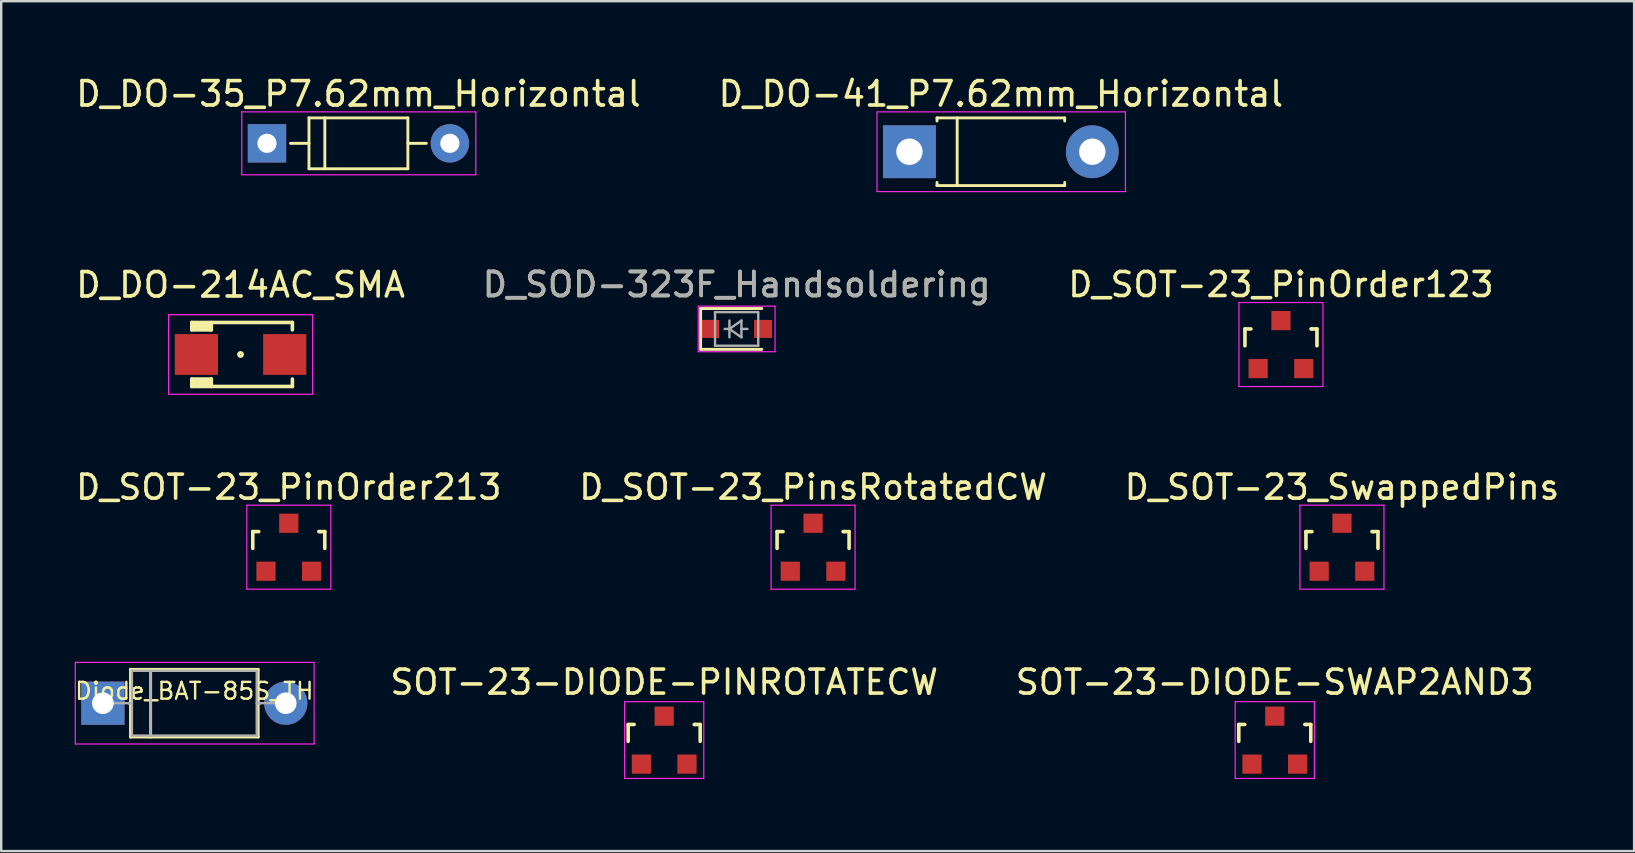
<source format=kicad_pcb>
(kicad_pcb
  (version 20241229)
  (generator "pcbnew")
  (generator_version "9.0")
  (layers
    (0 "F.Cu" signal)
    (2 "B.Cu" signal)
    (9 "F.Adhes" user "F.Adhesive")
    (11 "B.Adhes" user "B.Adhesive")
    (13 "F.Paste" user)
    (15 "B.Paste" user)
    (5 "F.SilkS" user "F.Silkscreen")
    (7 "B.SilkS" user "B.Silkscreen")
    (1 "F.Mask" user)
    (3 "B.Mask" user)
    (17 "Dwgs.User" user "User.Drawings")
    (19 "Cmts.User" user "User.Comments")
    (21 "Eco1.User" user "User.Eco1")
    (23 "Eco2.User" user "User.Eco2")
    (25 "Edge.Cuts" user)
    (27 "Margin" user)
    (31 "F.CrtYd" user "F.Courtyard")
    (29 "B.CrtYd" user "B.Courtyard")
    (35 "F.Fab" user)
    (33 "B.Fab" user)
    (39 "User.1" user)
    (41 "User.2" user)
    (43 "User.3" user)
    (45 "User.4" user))
  (footprint "D_SOT-23_PinsRotatedCW"
    (layer "F.Cu")
    (at 30.827 19.749)
    (property "Reference" "D_SOT-23_PinsRotatedCW" (at 0 -2.5 0) (layer "F.SilkS") (effects (font (size 1 1) (thickness 0.15))))
    (attr smd)
    (fp_line (start -1.5 -0.65) (end -1.251 -0.65) (stroke (width 0.15) (type solid)) (layer "F.SilkS"))
    (fp_line (start -1.5 0.051) (end -1.5 -0.65) (stroke (width 0.15) (type solid)) (layer "F.SilkS"))
    (fp_line (start 1.299 -0.65) (end 1.251 -0.65) (stroke (width 0.15) (type solid)) (layer "F.SilkS"))
    (fp_line (start 1.299 -0.65) (end 1.5 -0.65) (stroke (width 0.15) (type solid)) (layer "F.SilkS"))
    (fp_line (start 1.5 -0.65) (end 1.5 0.051) (stroke (width 0.15) (type solid)) (layer "F.SilkS"))
    (fp_line (start -1.75 -1.75) (end 1.75 -1.75) (stroke (width 0.05) (type solid)) (layer "F.CrtYd"))
    (fp_line (start -1.75 1.75) (end -1.75 -1.75) (stroke (width 0.05) (type solid)) (layer "F.CrtYd"))
    (fp_line (start 1.75 -1.75) (end 1.75 1.75) (stroke (width 0.05) (type solid)) (layer "F.CrtYd"))
    (fp_line (start 1.75 1.75) (end -1.75 1.75) (stroke (width 0.05) (type solid)) (layer "F.CrtYd"))
    (pad "1" smd rect (at 0 -0.998) (size 0.8 0.8) (layers "F.Cu" "F.Mask" "F.Paste"))
    (pad "2" smd rect (at -0.95 1.001) (size 0.8 0.8) (layers "F.Cu" "F.Mask" "F.Paste"))
    (pad "3" smd rect (at 0.95 1.001) (size 0.8 0.8) (layers "F.Cu" "F.Mask" "F.Paste")))
  (footprint "D_DO-214AC_SMA"
    (layer "F.Cu")
    (at 6.973 11.719)
    (property "Reference" "D_DO-214AC_SMA" (at 0 -2.9 0) (layer "F.SilkS") (effects (font (size 1.016 1.016) (thickness 0.152))))
    (attr smd)
    (fp_line (start -2.032 -1.333) (end -2.032 -1.024) (stroke (width 0.15) (type solid)) (layer "F.SilkS"))
    (fp_line (start -2.032 -1.333) (end 2.159 -1.333) (stroke (width 0.15) (type solid)) (layer "F.SilkS"))
    (fp_line (start -2.032 1.333) (end -2.032 1.024) (stroke (width 0.15) (type solid)) (layer "F.SilkS"))
    (fp_line (start -2.032 1.333) (end 2.159 1.333) (stroke (width 0.15) (type solid)) (layer "F.SilkS"))
    (fp_line (start -1.916 -1.18) (end -1.33 -1.18) (stroke (width 0.3) (type solid)) (layer "F.SilkS"))
    (fp_line (start -1.89 1.17) (end -1.34 1.17) (stroke (width 0.3) (type solid)) (layer "F.SilkS"))
    (fp_line (start -1.219 -1.333) (end -1.219 -1.024) (stroke (width 0.15) (type solid)) (layer "F.SilkS"))
    (fp_line (start -1.219 -1.024) (end -2.032 -1.024) (stroke (width 0.15) (type solid)) (layer "F.SilkS"))
    (fp_line (start -1.219 1.024) (end -2.032 1.024) (stroke (width 0.15) (type solid)) (layer "F.SilkS"))
    (fp_line (start -1.219 1.333) (end -1.219 1.024) (stroke (width 0.15) (type solid)) (layer "F.SilkS"))
    (fp_line (start 2.159 -1.333) (end 2.159 -1.024) (stroke (width 0.15) (type solid)) (layer "F.SilkS"))
    (fp_line (start 2.159 1.333) (end 2.159 1.024) (stroke (width 0.15) (type solid)) (layer "F.SilkS"))
    (fp_circle (center 0 0) (end 0.076 -0.025) (stroke (width 0.127) (type solid)) (fill no) (layer "F.SilkS"))
    (fp_line (start -3 -1.657) (end 3 -1.657) (stroke (width 0.05) (type solid)) (layer "F.CrtYd"))
    (fp_line (start -3 1.657) (end -3 -1.657) (stroke (width 0.05) (type solid)) (layer "F.CrtYd"))
    (fp_line (start 3 -1.657) (end 3 1.657) (stroke (width 0.05) (type solid)) (layer "F.CrtYd"))
    (fp_line (start 3 1.657) (end -3 1.657) (stroke (width 0.05) (type solid)) (layer "F.CrtYd"))
    (pad "1" smd rect (at -1.84 0) (size 1.8 1.7) (layers "F.Cu" "F.Mask" "F.Paste"))
    (pad "2" smd rect (at 1.84 0) (size 1.8 1.7) (layers "F.Cu" "F.Mask" "F.Paste")))
  (footprint "SOT-23-DIODE-SWAP2AND3"
    (layer "F.Cu")
    (at 50.064 27.786)
    (property "Reference" "SOT-23-DIODE-SWAP2AND3" (at 0 -2.413 0) (layer "F.SilkS") (effects (font (size 1 1) (thickness 0.15))))
    (attr smd)
    (fp_line (start -1.5 -0.65) (end -1.251 -0.65) (stroke (width 0.15) (type solid)) (layer "F.SilkS"))
    (fp_line (start -1.5 0.051) (end -1.5 -0.65) (stroke (width 0.15) (type solid)) (layer "F.SilkS"))
    (fp_line (start 1.299 -0.65) (end 1.251 -0.65) (stroke (width 0.15) (type solid)) (layer "F.SilkS"))
    (fp_line (start 1.299 -0.65) (end 1.5 -0.65) (stroke (width 0.15) (type solid)) (layer "F.SilkS"))
    (fp_line (start 1.5 -0.65) (end 1.5 0.051) (stroke (width 0.15) (type solid)) (layer "F.SilkS"))
    (fp_line (start -1.65 -1.6) (end 1.65 -1.6) (stroke (width 0.05) (type solid)) (layer "F.CrtYd"))
    (fp_line (start -1.65 1.6) (end -1.65 -1.6) (stroke (width 0.05) (type solid)) (layer "F.CrtYd"))
    (fp_line (start 1.65 -1.6) (end 1.65 1.6) (stroke (width 0.05) (type solid)) (layer "F.CrtYd"))
    (fp_line (start 1.65 1.6) (end -1.65 1.6) (stroke (width 0.05) (type solid)) (layer "F.CrtYd"))
    (pad "1" smd rect (at -0.95 1.001) (size 0.8 0.8) (layers "F.Cu" "F.Mask" "F.Paste"))
    (pad "2" smd rect (at 0 -0.998) (size 0.8 0.8) (layers "F.Cu" "F.Mask" "F.Paste"))
    (pad "3" smd rect (at 0.95 1.001) (size 0.8 0.8) (layers "F.Cu" "F.Mask" "F.Paste")))
  (footprint "D_SOT-23_PinOrder123"
    (layer "F.Cu")
    (at 50.321 11.305)
    (property "Reference" "D_SOT-23_PinOrder123" (at 0 -2.5 0) (layer "F.SilkS") (effects (font (size 1 1) (thickness 0.15))))
    (attr smd)
    (fp_line (start -1.5 -0.65) (end -1.251 -0.65) (stroke (width 0.15) (type solid)) (layer "F.SilkS"))
    (fp_line (start -1.5 0.051) (end -1.5 -0.65) (stroke (width 0.15) (type solid)) (layer "F.SilkS"))
    (fp_line (start 1.299 -0.65) (end 1.251 -0.65) (stroke (width 0.15) (type solid)) (layer "F.SilkS"))
    (fp_line (start 1.299 -0.65) (end 1.5 -0.65) (stroke (width 0.15) (type solid)) (layer "F.SilkS"))
    (fp_line (start 1.5 -0.65) (end 1.5 0.051) (stroke (width 0.15) (type solid)) (layer "F.SilkS"))
    (fp_line (start -1.75 -1.75) (end 1.75 -1.75) (stroke (width 0.05) (type solid)) (layer "F.CrtYd"))
    (fp_line (start -1.75 1.75) (end -1.75 -1.75) (stroke (width 0.05) (type solid)) (layer "F.CrtYd"))
    (fp_line (start 1.75 -1.75) (end 1.75 1.75) (stroke (width 0.05) (type solid)) (layer "F.CrtYd"))
    (fp_line (start 1.75 1.75) (end -1.75 1.75) (stroke (width 0.05) (type solid)) (layer "F.CrtYd"))
    (pad "1" smd rect (at -0.95 1.001) (size 0.8 0.8) (layers "F.Cu" "F.Mask" "F.Paste"))
    (pad "2" smd rect (at 0 -0.998) (size 0.8 0.8) (layers "F.Cu" "F.Mask" "F.Paste"))
    (pad "3" smd rect (at 0.95 1.001) (size 0.8 0.8) (layers "F.Cu" "F.Mask" "F.Paste")))
  (footprint "D_SOT-23_PinOrder213"
    (layer "F.Cu")
    (at 8.982 19.749)
    (property "Reference" "D_SOT-23_PinOrder213" (at 0 -2.5 0) (layer "F.SilkS") (effects (font (size 1 1) (thickness 0.15))))
    (attr smd)
    (fp_line (start -1.5 -0.65) (end -1.251 -0.65) (stroke (width 0.15) (type solid)) (layer "F.SilkS"))
    (fp_line (start -1.5 0.051) (end -1.5 -0.65) (stroke (width 0.15) (type solid)) (layer "F.SilkS"))
    (fp_line (start 1.299 -0.65) (end 1.251 -0.65) (stroke (width 0.15) (type solid)) (layer "F.SilkS"))
    (fp_line (start 1.299 -0.65) (end 1.5 -0.65) (stroke (width 0.15) (type solid)) (layer "F.SilkS"))
    (fp_line (start 1.5 -0.65) (end 1.5 0.051) (stroke (width 0.15) (type solid)) (layer "F.SilkS"))
    (fp_line (start -1.75 -1.75) (end 1.75 -1.75) (stroke (width 0.05) (type solid)) (layer "F.CrtYd"))
    (fp_line (start -1.75 1.75) (end -1.75 -1.75) (stroke (width 0.05) (type solid)) (layer "F.CrtYd"))
    (fp_line (start 1.75 -1.75) (end 1.75 1.75) (stroke (width 0.05) (type solid)) (layer "F.CrtYd"))
    (fp_line (start 1.75 1.75) (end -1.75 1.75) (stroke (width 0.05) (type solid)) (layer "F.CrtYd"))
    (pad "1" smd rect (at 0 -0.998) (size 0.8 0.8) (layers "F.Cu" "F.Mask" "F.Paste"))
    (pad "2" smd rect (at -0.95 1.001) (size 0.8 0.8) (layers "F.Cu" "F.Mask" "F.Paste"))
    (pad "3" smd rect (at 0.95 1.001) (size 0.8 0.8) (layers "F.Cu" "F.Mask" "F.Paste")))
  (footprint "Diode_BAT-85S_TH"
    (layer "F.Cu")
    (at 1.237 26.249)
    (property "Reference" "Diode_BAT-85S_TH" (at 3.81 -0.508 0) (layer "F.SilkS") (effects (font (size 0.7 0.7) (thickness 0.1))))
    (attr through_hole)
    (fp_line (start 1.08 0) (end 1.15 0) (stroke (width 0.12) (type solid)) (layer "F.SilkS"))
    (fp_line (start 1.15 -1.41) (end 1.15 1.41) (stroke (width 0.12) (type solid)) (layer "F.SilkS"))
    (fp_line (start 1.15 1.41) (end 6.47 1.41) (stroke (width 0.12) (type solid)) (layer "F.SilkS"))
    (fp_line (start 1.99 -1.41) (end 1.99 1.41) (stroke (width 0.12) (type solid)) (layer "F.SilkS"))
    (fp_line (start 6.47 -1.41) (end 1.15 -1.41) (stroke (width 0.12) (type solid)) (layer "F.SilkS"))
    (fp_line (start 6.47 1.41) (end 6.47 -1.41) (stroke (width 0.12) (type solid)) (layer "F.SilkS"))
    (fp_line (start 6.54 0) (end 6.47 0) (stroke (width 0.12) (type solid)) (layer "F.SilkS"))
    (fp_line (start -1.15 -1.7) (end -1.15 1.7) (stroke (width 0.05) (type solid)) (layer "F.CrtYd"))
    (fp_line (start -1.15 1.7) (end 8.8 1.7) (stroke (width 0.05) (type solid)) (layer "F.CrtYd"))
    (fp_line (start 8.8 -1.7) (end -1.15 -1.7) (stroke (width 0.05) (type solid)) (layer "F.CrtYd"))
    (fp_line (start 8.8 1.7) (end 8.8 -1.7) (stroke (width 0.05) (type solid)) (layer "F.CrtYd"))
    (fp_line (start 0 0) (end 1.21 0) (stroke (width 0.1) (type solid)) (layer "F.Fab"))
    (fp_line (start 1.21 -1.35) (end 1.21 1.35) (stroke (width 0.1) (type solid)) (layer "F.Fab"))
    (fp_line (start 1.21 1.35) (end 6.41 1.35) (stroke (width 0.1) (type solid)) (layer "F.Fab"))
    (fp_line (start 1.99 -1.35) (end 1.99 1.35) (stroke (width 0.1) (type solid)) (layer "F.Fab"))
    (fp_line (start 6.41 -1.35) (end 1.21 -1.35) (stroke (width 0.1) (type solid)) (layer "F.Fab"))
    (fp_line (start 6.41 1.35) (end 6.41 -1.35) (stroke (width 0.1) (type solid)) (layer "F.Fab"))
    (fp_line (start 7.62 0) (end 6.41 0) (stroke (width 0.1) (type solid)) (layer "F.Fab"))
    (pad "1" thru_hole rect (at 0 0) (size 1.8 1.8) (drill 0.9) (layers "*.Cu" "*.Mask"))
    (pad "2" thru_hole oval (at 7.62 0) (size 1.8 1.8) (drill 0.9) (layers "*.Cu" "*.Mask")))
  (footprint "D_SOD-323F_Handsoldering"
    (layer "F.Cu")
    (at 27.642 10.655)
    (property "Reference" "D_SOD-323F_Handsoldering" (at 0 -1.85 0) (layer "F.SilkS") (effects (font (size 1 1) (thickness 0.15))))
    (attr smd)
    (fp_line (start -1.5 -0.85) (end -1.5 0.85) (stroke (width 0.12) (type solid)) (layer "F.SilkS"))
    (fp_line (start -1.5 -0.85) (end 1.05 -0.85) (stroke (width 0.12) (type solid)) (layer "F.SilkS"))
    (fp_line (start -1.5 0.85) (end 1.05 0.85) (stroke (width 0.12) (type solid)) (layer "F.SilkS"))
    (fp_line (start -1.6 -0.95) (end -1.6 0.95) (stroke (width 0.05) (type solid)) (layer "F.CrtYd"))
    (fp_line (start -1.6 -0.95) (end 1.6 -0.95) (stroke (width 0.05) (type solid)) (layer "F.CrtYd"))
    (fp_line (start -1.6 0.95) (end 1.6 0.95) (stroke (width 0.05) (type solid)) (layer "F.CrtYd"))
    (fp_line (start 1.6 -0.95) (end 1.6 0.95) (stroke (width 0.05) (type solid)) (layer "F.CrtYd"))
    (fp_line (start -0.9 -0.7) (end 0.9 -0.7) (stroke (width 0.1) (type solid)) (layer "F.Fab"))
    (fp_line (start -0.9 0.7) (end -0.9 -0.7) (stroke (width 0.1) (type solid)) (layer "F.Fab"))
    (fp_line (start -0.3 -0.35) (end -0.3 0.35) (stroke (width 0.1) (type solid)) (layer "F.Fab"))
    (fp_line (start -0.3 0) (end -0.5 0) (stroke (width 0.1) (type solid)) (layer "F.Fab"))
    (fp_line (start -0.3 0) (end 0.2 -0.35) (stroke (width 0.1) (type solid)) (layer "F.Fab"))
    (fp_line (start 0.2 -0.35) (end 0.2 0.35) (stroke (width 0.1) (type solid)) (layer "F.Fab"))
    (fp_line (start 0.2 0) (end 0.45 0) (stroke (width 0.1) (type solid)) (layer "F.Fab"))
    (fp_line (start 0.2 0.35) (end -0.3 0) (stroke (width 0.1) (type solid)) (layer "F.Fab"))
    (fp_line (start 0.9 -0.7) (end 0.9 0.7) (stroke (width 0.1) (type solid)) (layer "F.Fab"))
    (fp_line (start 0.9 0.7) (end -0.9 0.7) (stroke (width 0.1) (type solid)) (layer "F.Fab"))
    (fp_text user "${REFERENCE}" (at 0 -1.85 0) (layer "F.Fab") (effects (font (size 1 1) (thickness 0.15))))
    (pad "1" smd rect (at -1.1 0) (size 0.75 0.75) (layers "F.Cu" "F.Mask" "F.Paste"))
    (pad "2" smd rect (at 1.1 0) (size 0.75 0.75) (layers "F.Cu" "F.Mask" "F.Paste")))
  (footprint "D_SOT-23_SwappedPins"
    (layer "F.Cu")
    (at 52.863 19.749)
    (property "Reference" "D_SOT-23_SwappedPins" (at 0 -2.5 0) (layer "F.SilkS") (effects (font (size 1 1) (thickness 0.15))))
    (attr smd)
    (fp_line (start -1.5 -0.65) (end -1.251 -0.65) (stroke (width 0.15) (type solid)) (layer "F.SilkS"))
    (fp_line (start -1.5 0.051) (end -1.5 -0.65) (stroke (width 0.15) (type solid)) (layer "F.SilkS"))
    (fp_line (start 1.299 -0.65) (end 1.251 -0.65) (stroke (width 0.15) (type solid)) (layer "F.SilkS"))
    (fp_line (start 1.299 -0.65) (end 1.5 -0.65) (stroke (width 0.15) (type solid)) (layer "F.SilkS"))
    (fp_line (start 1.5 -0.65) (end 1.5 0.051) (stroke (width 0.15) (type solid)) (layer "F.SilkS"))
    (fp_line (start -1.75 -1.75) (end 1.75 -1.75) (stroke (width 0.05) (type solid)) (layer "F.CrtYd"))
    (fp_line (start -1.75 1.75) (end -1.75 -1.75) (stroke (width 0.05) (type solid)) (layer "F.CrtYd"))
    (fp_line (start 1.75 -1.75) (end 1.75 1.75) (stroke (width 0.05) (type solid)) (layer "F.CrtYd"))
    (fp_line (start 1.75 1.75) (end -1.75 1.75) (stroke (width 0.05) (type solid)) (layer "F.CrtYd"))
    (pad "1" smd rect (at -0.95 1.001) (size 0.8 0.8) (layers "F.Cu" "F.Mask" "F.Paste"))
    (pad "2" smd rect (at 0 -0.998) (size 0.8 0.8) (layers "F.Cu" "F.Mask" "F.Paste"))
    (pad "3" smd rect (at 0.95 1.001) (size 0.8 0.8) (layers "F.Cu" "F.Mask" "F.Paste")))
  (footprint "SOT-23-DIODE-PINROTATECW"
    (layer "F.Cu")
    (at 24.623 27.786)
    (property "Reference" "SOT-23-DIODE-PINROTATECW" (at 0 -2.413 0) (layer "F.SilkS") (effects (font (size 1 1) (thickness 0.15))))
    (attr smd)
    (fp_line (start -1.5 -0.65) (end -1.251 -0.65) (stroke (width 0.15) (type solid)) (layer "F.SilkS"))
    (fp_line (start -1.5 0.051) (end -1.5 -0.65) (stroke (width 0.15) (type solid)) (layer "F.SilkS"))
    (fp_line (start 1.299 -0.65) (end 1.251 -0.65) (stroke (width 0.15) (type solid)) (layer "F.SilkS"))
    (fp_line (start 1.299 -0.65) (end 1.5 -0.65) (stroke (width 0.15) (type solid)) (layer "F.SilkS"))
    (fp_line (start 1.5 -0.65) (end 1.5 0.051) (stroke (width 0.15) (type solid)) (layer "F.SilkS"))
    (fp_line (start -1.65 -1.6) (end 1.65 -1.6) (stroke (width 0.05) (type solid)) (layer "F.CrtYd"))
    (fp_line (start -1.65 1.6) (end -1.65 -1.6) (stroke (width 0.05) (type solid)) (layer "F.CrtYd"))
    (fp_line (start 1.65 -1.6) (end 1.65 1.6) (stroke (width 0.05) (type solid)) (layer "F.CrtYd"))
    (fp_line (start 1.65 1.6) (end -1.65 1.6) (stroke (width 0.05) (type solid)) (layer "F.CrtYd"))
    (pad "1" smd rect (at 0 -0.998) (size 0.8 0.8) (layers "F.Cu" "F.Mask" "F.Paste"))
    (pad "2" smd rect (at -0.95 1.001) (size 0.8 0.8) (layers "F.Cu" "F.Mask" "F.Paste"))
    (pad "3" smd rect (at 0.95 1.001) (size 0.8 0.8) (layers "F.Cu" "F.Mask" "F.Paste")))
  (footprint "D_DO-35_P7.62mm_Horizontal"
    (layer "F.Cu")
    (at 11.884 2.922)
    (property "Reference" "D_DO-35_P7.62mm_Horizontal" (at 0 -2.06 0) (layer "F.SilkS") (effects (font (size 1.016 1.016) (thickness 0.152))))
    (attr through_hole)
    (fp_line (start -2.83 0) (end -2.06 0) (stroke (width 0.12) (type solid)) (layer "F.SilkS"))
    (fp_line (start -2.06 -1.06) (end -2.06 1.06) (stroke (width 0.12) (type solid)) (layer "F.SilkS"))
    (fp_line (start -2.06 1.06) (end 2.06 1.06) (stroke (width 0.12) (type solid)) (layer "F.SilkS"))
    (fp_line (start -1.4 -1.06) (end -1.4 1.06) (stroke (width 0.12) (type solid)) (layer "F.SilkS"))
    (fp_line (start 2.06 -1.06) (end -2.06 -1.06) (stroke (width 0.12) (type solid)) (layer "F.SilkS"))
    (fp_line (start 2.06 1.06) (end 2.06 -1.06) (stroke (width 0.12) (type solid)) (layer "F.SilkS"))
    (fp_line (start 2.83 0) (end 2.06 0) (stroke (width 0.12) (type solid)) (layer "F.SilkS"))
    (fp_line (start -4.86 -1.31) (end -4.86 1.31) (stroke (width 0.05) (type solid)) (layer "F.CrtYd"))
    (fp_line (start -4.86 1.31) (end 4.89 1.31) (stroke (width 0.05) (type solid)) (layer "F.CrtYd"))
    (fp_line (start 4.89 -1.31) (end -4.86 -1.31) (stroke (width 0.05) (type solid)) (layer "F.CrtYd"))
    (fp_line (start 4.89 1.31) (end 4.89 -1.31) (stroke (width 0.05) (type solid)) (layer "F.CrtYd"))
    (pad "1" thru_hole rect (at -3.81 0) (size 1.6 1.6) (drill 0.8) (layers "*.Cu" "*.Mask"))
    (pad "2" thru_hole oval (at 3.81 0) (size 1.6 1.6) (drill 0.8) (layers "*.Cu" "*.Mask")))
  (footprint "D_DO-41_P7.62mm_Horizontal"
    (layer "F.Cu")
    (at 38.651 3.272)
    (property "Reference" "D_DO-41_P7.62mm_Horizontal" (at 0 -2.41 0) (layer "F.SilkS") (effects (font (size 1.016 1.016) (thickness 0.152))))
    (attr through_hole)
    (fp_line (start -2.66 -1.41) (end 2.66 -1.41) (stroke (width 0.12) (type solid)) (layer "F.SilkS"))
    (fp_line (start -2.66 -1.28) (end -2.66 -1.41) (stroke (width 0.12) (type solid)) (layer "F.SilkS"))
    (fp_line (start -2.66 1.28) (end -2.66 1.41) (stroke (width 0.12) (type solid)) (layer "F.SilkS"))
    (fp_line (start -2.66 1.41) (end 2.66 1.41) (stroke (width 0.12) (type solid)) (layer "F.SilkS"))
    (fp_line (start -1.82 -1.41) (end -1.82 1.41) (stroke (width 0.12) (type solid)) (layer "F.SilkS"))
    (fp_line (start 2.66 -1.41) (end 2.66 -1.28) (stroke (width 0.12) (type solid)) (layer "F.SilkS"))
    (fp_line (start 2.66 1.41) (end 2.66 1.28) (stroke (width 0.12) (type solid)) (layer "F.SilkS"))
    (fp_line (start -5.16 -1.66) (end -5.16 1.66) (stroke (width 0.05) (type solid)) (layer "F.CrtYd"))
    (fp_line (start -5.16 1.66) (end 5.19 1.66) (stroke (width 0.05) (type solid)) (layer "F.CrtYd"))
    (fp_line (start 5.19 -1.66) (end -5.16 -1.66) (stroke (width 0.05) (type solid)) (layer "F.CrtYd"))
    (fp_line (start 5.19 1.66) (end 5.19 -1.66) (stroke (width 0.05) (type solid)) (layer "F.CrtYd"))
    (pad "1" thru_hole rect (at -3.81 0) (size 2.2 2.2) (drill 1.1) (layers "*.Cu" "*.Mask"))
    (pad "2" thru_hole oval (at 3.81 0) (size 2.2 2.2) (drill 1.1) (layers "*.Cu" "*.Mask")))
  (gr_rect
    (start -3 -3)
    (end 65.036 32.411)
    (stroke (width 0.1) (type default))
    (fill no)
    (layer "Edge.Cuts")))
</source>
